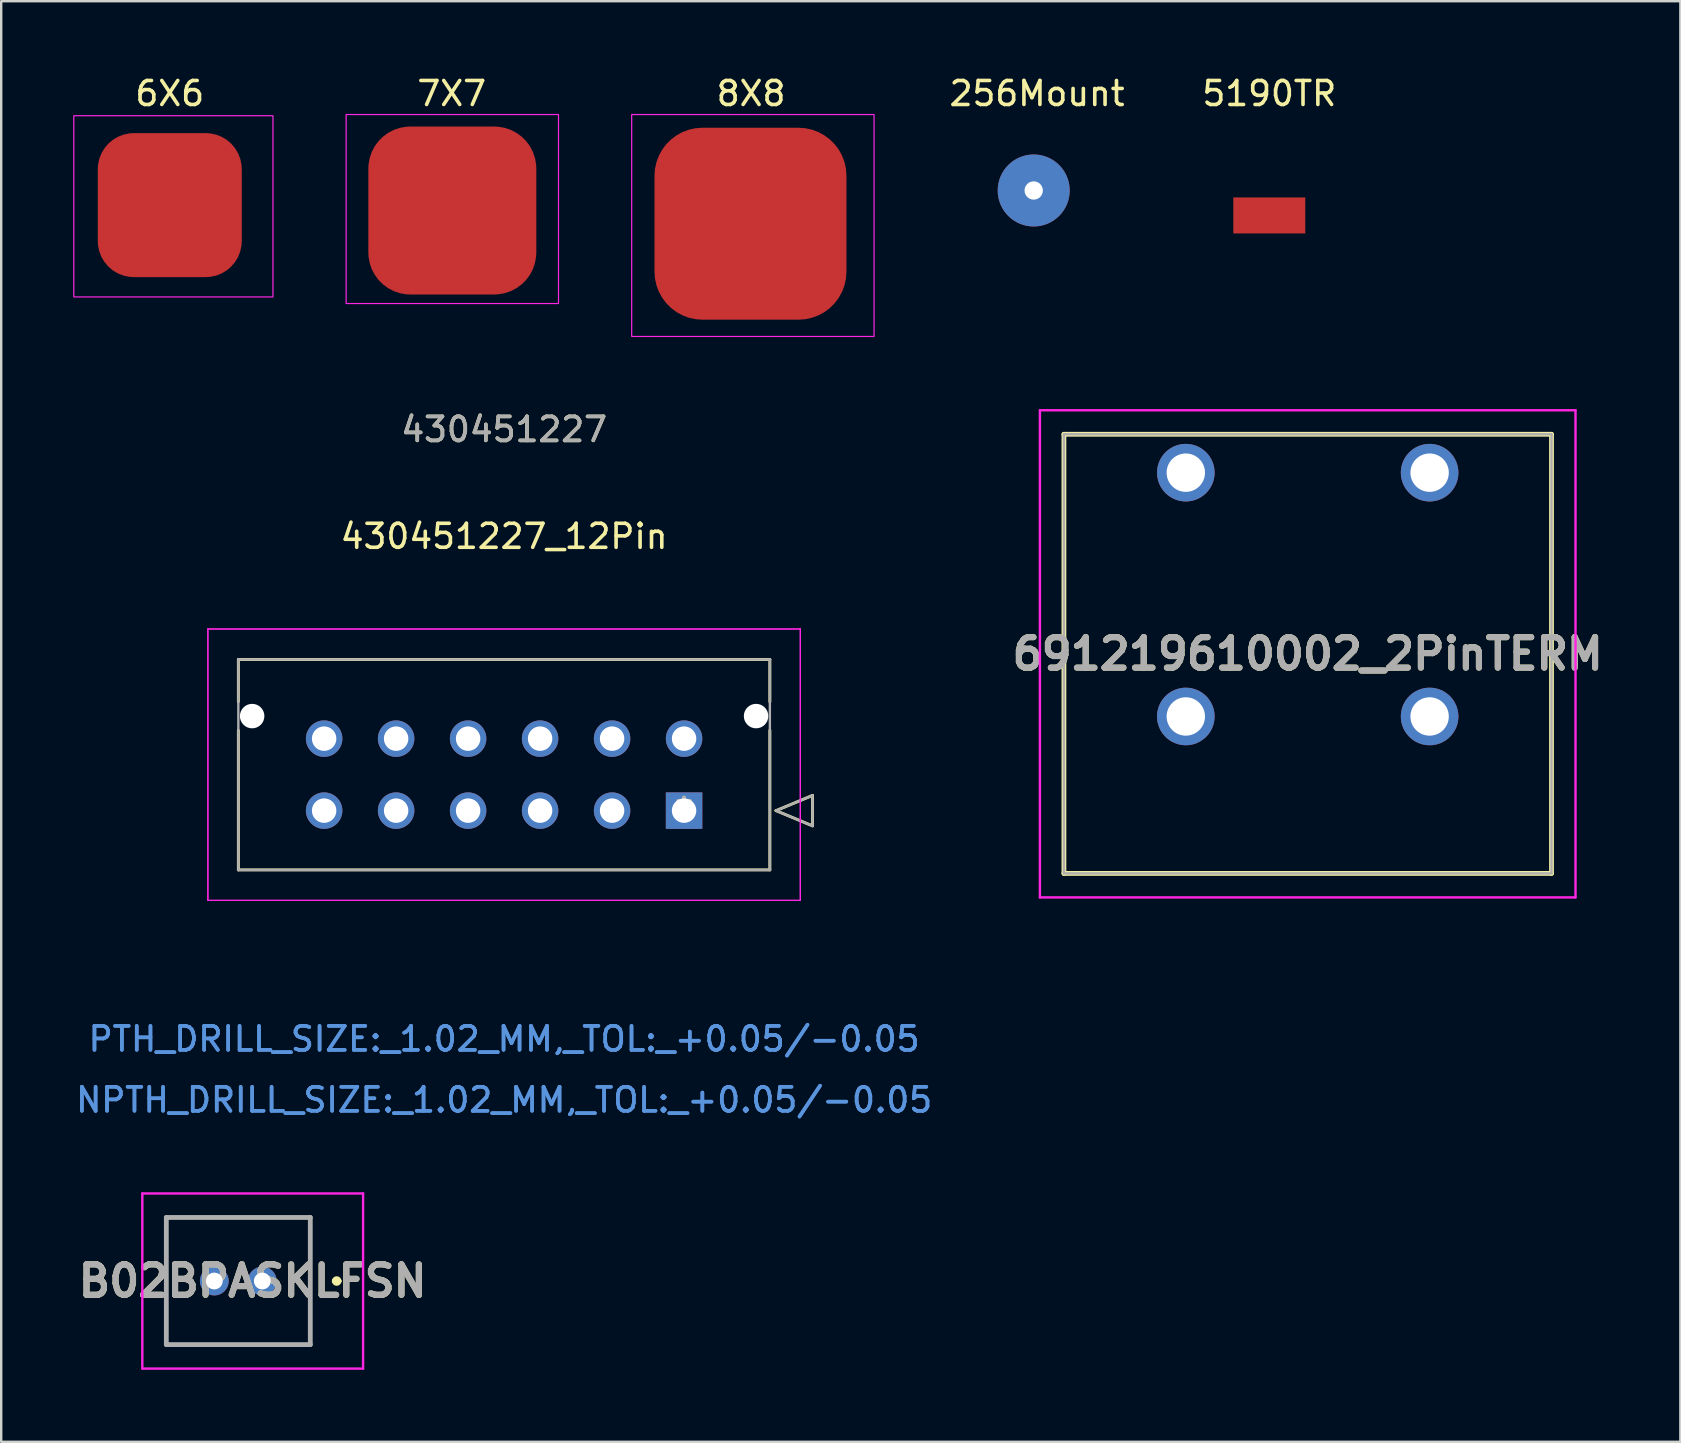
<source format=kicad_pcb>
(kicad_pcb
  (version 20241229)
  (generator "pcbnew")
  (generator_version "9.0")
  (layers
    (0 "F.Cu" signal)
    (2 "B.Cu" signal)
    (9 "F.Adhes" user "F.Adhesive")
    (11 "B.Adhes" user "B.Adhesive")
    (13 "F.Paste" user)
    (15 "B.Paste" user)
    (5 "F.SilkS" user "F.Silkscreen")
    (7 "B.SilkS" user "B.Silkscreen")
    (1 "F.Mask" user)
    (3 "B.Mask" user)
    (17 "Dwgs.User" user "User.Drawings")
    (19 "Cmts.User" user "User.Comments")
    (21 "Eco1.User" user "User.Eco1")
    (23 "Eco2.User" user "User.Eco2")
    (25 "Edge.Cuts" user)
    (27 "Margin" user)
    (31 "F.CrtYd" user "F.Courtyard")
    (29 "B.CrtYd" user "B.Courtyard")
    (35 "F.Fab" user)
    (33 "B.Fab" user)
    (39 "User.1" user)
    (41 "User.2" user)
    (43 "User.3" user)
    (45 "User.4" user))
  (footprint "256Mount"
    (layer "F.Cu")
    (at 40.028 4.888)
    (property "Reference" "256Mount" (at 0.14 -4.04 0) (layer "F.SilkS") (effects (font (size 1 1) (thickness 0.15))))
    (attr through_hole)
    (pad "" np_thru_hole circle (at 0 0) (size 3 3) (drill 0.762) (layers "*.Cu" "*.Mask")))
  (footprint "691219610002_2PinTERM"
    (layer "F.Cu")
    (at 46.367 26.808)
    (property "Reference" "691219610002_2PinTERM" (at 5.08 -2.61 0) (layer "F.SilkS") (effects (font (size 1.27 1.27) (thickness 0.254))))
    (attr through_hole)
    (fp_line (start -5.08 -11.76) (end -5.08 6.54) (stroke (width 0.2) (type solid)) (layer "F.SilkS"))
    (fp_line (start -5.08 6.54) (end 15.24 6.54) (stroke (width 0.2) (type solid)) (layer "F.SilkS"))
    (fp_line (start 15.24 -11.76) (end -5.08 -11.76) (stroke (width 0.2) (type solid)) (layer "F.SilkS"))
    (fp_line (start 15.24 6.54) (end 15.24 -11.76) (stroke (width 0.2) (type solid)) (layer "F.SilkS"))
    (fp_line (start -6.08 -12.76) (end 16.24 -12.76) (stroke (width 0.1) (type solid)) (layer "F.CrtYd"))
    (fp_line (start -6.08 7.54) (end -6.08 -12.76) (stroke (width 0.1) (type solid)) (layer "F.CrtYd"))
    (fp_line (start 16.24 -12.76) (end 16.24 7.54) (stroke (width 0.1) (type solid)) (layer "F.CrtYd"))
    (fp_line (start 16.24 7.54) (end -6.08 7.54) (stroke (width 0.1) (type solid)) (layer "F.CrtYd"))
    (fp_line (start -5.08 -11.76) (end -5.08 6.54) (stroke (width 0.1) (type solid)) (layer "F.Fab"))
    (fp_line (start -5.08 6.54) (end 15.24 6.54) (stroke (width 0.1) (type solid)) (layer "F.Fab"))
    (fp_line (start 15.24 -11.76) (end -5.08 -11.76) (stroke (width 0.1) (type solid)) (layer "F.Fab"))
    (fp_line (start 15.24 6.54) (end 15.24 -11.76) (stroke (width 0.1) (type solid)) (layer "F.Fab"))
    (fp_text user "${REFERENCE}" (at 5.08 -2.61 0) (layer "F.Fab") (effects (font (size 1.27 1.27) (thickness 0.254))))
    (pad "A1" thru_hole circle (at 0 0) (size 2.4 2.4) (drill 1.6) (layers "*.Cu" "*.Mask"))
    (pad "A2" thru_hole circle (at 10.16 0) (size 2.4 2.4) (drill 1.6) (layers "*.Cu" "*.Mask"))
    (pad "B1" thru_hole circle (at 0 -10.16) (size 2.4 2.4) (drill 1.6) (layers "*.Cu" "*.Mask"))
    (pad "B2" thru_hole circle (at 10.16 -10.16) (size 2.4 2.4) (drill 1.6) (layers "*.Cu" "*.Mask")))
  (footprint "430451227_12Pin"
    (layer "F.Cu")
    (at 25.458 30.732)
    (property "Reference" "430451227_12Pin" (at -7.5 -11.43 0) (layer "F.SilkS") (effects (font (size 1 1) (thickness 0.15))))
    (attr through_hole)
    (fp_line (start -18.575 -6.3) (end -18.575 -4.535) (stroke (width 0.12) (type solid)) (layer "F.SilkS"))
    (fp_line (start -18.575 -3.345) (end -18.575 2.47) (stroke (width 0.12) (type solid)) (layer "F.SilkS"))
    (fp_line (start -18.575 2.47) (end 3.575 2.47) (stroke (width 0.12) (type solid)) (layer "F.SilkS"))
    (fp_line (start 3.575 -6.3) (end -18.575 -6.3) (stroke (width 0.12) (type solid)) (layer "F.SilkS"))
    (fp_line (start 3.575 -4.535) (end 3.575 -6.3) (stroke (width 0.12) (type solid)) (layer "F.SilkS"))
    (fp_line (start 3.575 2.47) (end 3.575 -3.345) (stroke (width 0.12) (type solid)) (layer "F.SilkS"))
    (fp_line (start 3.829 0) (end 5.353 -0.635) (stroke (width 0.12) (type solid)) (layer "F.SilkS"))
    (fp_line (start 5.353 -0.635) (end 5.353 0.635) (stroke (width 0.12) (type solid)) (layer "F.SilkS"))
    (fp_line (start 5.353 0.635) (end 3.829 0) (stroke (width 0.12) (type solid)) (layer "F.SilkS"))
    (fp_line (start -19.845 -7.57) (end -19.845 3.74) (stroke (width 0.05) (type solid)) (layer "F.CrtYd"))
    (fp_line (start -19.845 -7.57) (end -19.845 3.74) (stroke (width 0.05) (type solid)) (layer "F.CrtYd"))
    (fp_line (start -19.845 3.74) (end 4.845 3.74) (stroke (width 0.05) (type solid)) (layer "F.CrtYd"))
    (fp_line (start -19.845 3.74) (end 4.845 3.74) (stroke (width 0.05) (type solid)) (layer "F.CrtYd"))
    (fp_line (start 4.845 -7.57) (end -19.845 -7.57) (stroke (width 0.05) (type solid)) (layer "F.CrtYd"))
    (fp_line (start 4.845 -7.57) (end -19.845 -7.57) (stroke (width 0.05) (type solid)) (layer "F.CrtYd"))
    (fp_line (start 4.845 3.74) (end 4.845 -7.57) (stroke (width 0.05) (type solid)) (layer "F.CrtYd"))
    (fp_line (start 4.845 3.74) (end 4.845 -7.57) (stroke (width 0.05) (type solid)) (layer "F.CrtYd"))
    (fp_line (start -18.575 -6.3) (end -18.575 2.47) (stroke (width 0.1) (type solid)) (layer "F.Fab"))
    (fp_line (start -18.575 2.47) (end 3.575 2.47) (stroke (width 0.1) (type solid)) (layer "F.Fab"))
    (fp_line (start 3.575 -6.3) (end -18.575 -6.3) (stroke (width 0.1) (type solid)) (layer "F.Fab"))
    (fp_line (start 3.575 2.47) (end 3.575 -6.3) (stroke (width 0.1) (type solid)) (layer "F.Fab"))
    (fp_line (start 3.829 0) (end 5.353 -0.635) (stroke (width 0.1) (type solid)) (layer "F.Fab"))
    (fp_line (start 5.353 -0.635) (end 5.353 0.635) (stroke (width 0.1) (type solid)) (layer "F.Fab"))
    (fp_line (start 5.353 0.635) (end 3.829 0) (stroke (width 0.1) (type solid)) (layer "F.Fab"))
    (fp_text user "*" (at 0 0 0) (layer "F.SilkS") (effects (font (size 1 1) (thickness 0.15))))
    (fp_text user "430451227" (at -7.5 -15.885 0) (layer "F.SilkS") (effects (font (size 1 1) (thickness 0.15))))
    (fp_text user "PTH_DRILL_SIZE:_1.02_MM,_TOL:_+0.05/-0.05" (at -7.5 9.515 0) (layer "Cmts.User") (effects (font (size 1 1) (thickness 0.15))))
    (fp_text user "PTH_DRILL_SIZE:_1.02_MM,_TOL:_+0.05/-0.05" (at -7.5 9.515 0) (layer "Cmts.User") (effects (font (size 1 1) (thickness 0.15))))
    (fp_text user "Copyright 2021 Accelerated Designs. All rights reserved." (at 0 0 0) (layer "Cmts.User") (effects (font (size 0.127 0.127) (thickness 0.002))))
    (fp_text user "NPTH_DRILL_SIZE:_1.02_MM,_TOL:_+0.05/-0.05" (at -7.5 12.055 0) (layer "Cmts.User") (effects (font (size 1 1) (thickness 0.15))))
    (fp_text user "NPTH_DRILL_SIZE:_1.02_MM,_TOL:_+0.05/-0.05" (at -7.5 12.055 0) (layer "Cmts.User") (effects (font (size 1 1) (thickness 0.15))))
    (fp_text user "430451227" (at -7.5 -15.885 0) (layer "F.Fab") (effects (font (size 1 1) (thickness 0.15))))
    (fp_text user "*" (at 0 0 0) (layer "F.Fab") (effects (font (size 1 1) (thickness 0.15))))
    (pad "" np_thru_hole circle (at -18 -3.94) (size 1.02 1.02) (drill 1.02) (layers "*.Cu" "*.Mask"))
    (pad "" np_thru_hole circle (at 3 -3.94) (size 1.02 1.02) (drill 1.02) (layers "*.Cu" "*.Mask"))
    (pad "1" thru_hole rect (at 0 0) (size 1.52 1.52) (drill 1.02) (layers "*.Cu" "*.Mask"))
    (pad "2" thru_hole circle (at -3 0) (size 1.52 1.52) (drill 1.02) (layers "*.Cu" "*.Mask"))
    (pad "3" thru_hole circle (at -6 0) (size 1.52 1.52) (drill 1.02) (layers "*.Cu" "*.Mask"))
    (pad "4" thru_hole circle (at -9 0) (size 1.52 1.52) (drill 1.02) (layers "*.Cu" "*.Mask"))
    (pad "5" thru_hole circle (at -12 0) (size 1.52 1.52) (drill 1.02) (layers "*.Cu" "*.Mask"))
    (pad "6" thru_hole circle (at -15 0) (size 1.52 1.52) (drill 1.02) (layers "*.Cu" "*.Mask"))
    (pad "7" thru_hole circle (at 0 -3) (size 1.52 1.52) (drill 1.02) (layers "*.Cu" "*.Mask"))
    (pad "8" thru_hole circle (at -3 -3) (size 1.52 1.52) (drill 1.02) (layers "*.Cu" "*.Mask"))
    (pad "9" thru_hole circle (at -6 -3) (size 1.52 1.52) (drill 1.02) (layers "*.Cu" "*.Mask"))
    (pad "10" thru_hole circle (at -9 -3) (size 1.52 1.52) (drill 1.02) (layers "*.Cu" "*.Mask"))
    (pad "11" thru_hole circle (at -12 -3) (size 1.52 1.52) (drill 1.02) (layers "*.Cu" "*.Mask"))
    (pad "12" thru_hole circle (at -15 -3) (size 1.52 1.52) (drill 1.02) (layers "*.Cu" "*.Mask")))
  (footprint "5190TR"
    (layer "F.Cu")
    (at 49.846 5.928)
    (property "Reference" "5190TR" (at 0 -5.08 0) (unlocked yes) (layer "F.SilkS") (effects (font (size 1 1) (thickness 0.15))))
    (attr smd)
    (pad "1" smd rect (at 0 0) (size 3 1.5) (layers "F.Cu" "F.Mask" "F.Paste")))
  (footprint "B02BPASKLFSN"
    (layer "F.Cu")
    (at 7.881 50.335)
    (property "Reference" "B02BPASKLFSN" (at -0.4 0 0) (layer "F.SilkS") (effects (font (size 1.27 1.27) (thickness 0.254))))
    (attr through_hole)
    (fp_line (start -4 -2.65) (end 2 -2.65) (stroke (width 0.1) (type solid)) (layer "F.SilkS"))
    (fp_line (start -4 2.65) (end -4 -2.65) (stroke (width 0.1) (type solid)) (layer "F.SilkS"))
    (fp_line (start 2 -2.65) (end 2 2.65) (stroke (width 0.1) (type solid)) (layer "F.SilkS"))
    (fp_line (start 2 2.65) (end -4 2.65) (stroke (width 0.1) (type solid)) (layer "F.SilkS"))
    (fp_line (start 3 0) (end 3 0) (stroke (width 0.2) (type solid)) (layer "F.SilkS"))
    (fp_line (start 3.2 0) (end 3.2 0) (stroke (width 0.2) (type solid)) (layer "F.SilkS"))
    (fp_arc (start 3 0) (mid 3.1 -0.1) (end 3.2 0) (stroke (width 0.2) (type solid)) (layer "F.SilkS"))
    (fp_arc (start 3.2 0) (mid 3.1 0.1) (end 3 0) (stroke (width 0.2) (type solid)) (layer "F.SilkS"))
    (fp_line (start -5 -3.65) (end 4.2 -3.65) (stroke (width 0.1) (type solid)) (layer "F.CrtYd"))
    (fp_line (start -5 3.65) (end -5 -3.65) (stroke (width 0.1) (type solid)) (layer "F.CrtYd"))
    (fp_line (start 4.2 -3.65) (end 4.2 3.65) (stroke (width 0.1) (type solid)) (layer "F.CrtYd"))
    (fp_line (start 4.2 3.65) (end -5 3.65) (stroke (width 0.1) (type solid)) (layer "F.CrtYd"))
    (fp_line (start -4 -2.65) (end 2 -2.65) (stroke (width 0.2) (type solid)) (layer "F.Fab"))
    (fp_line (start -4 2.65) (end -4 -2.65) (stroke (width 0.2) (type solid)) (layer "F.Fab"))
    (fp_line (start 2 -2.65) (end 2 2.65) (stroke (width 0.2) (type solid)) (layer "F.Fab"))
    (fp_line (start 2 2.65) (end -4 2.65) (stroke (width 0.2) (type solid)) (layer "F.Fab"))
    (fp_text user "${REFERENCE}" (at -0.4 0 0) (layer "F.Fab") (effects (font (size 1.27 1.27) (thickness 0.254))))
    (pad "1" thru_hole circle (at 0 0) (size 1.2 1.2) (drill 0.7) (layers "*.Cu" "*.Mask"))
    (pad "2" thru_hole circle (at -2 0) (size 1.2 1.2) (drill 0.7) (layers "*.Cu" "*.Mask")))
  (footprint "8X8"
    (layer "F.Cu")
    (at 28.225 6.273)
    (property "Reference" "8X8" (at 0.025 -5.425 0) (unlocked yes) (layer "F.SilkS") (effects (font (size 1 1) (thickness 0.15))))
    (attr smd)
    (fp_rect (start 5.15 4.7) (end -4.95 -4.55) (stroke (width 0.05) (type solid)) (fill no) (layer "F.CrtYd"))
    (pad "1" smd roundrect (at 0 0) (size 8 8) (layers "F.Cu" "F.Mask" "F.Paste") (roundrect_rratio 0.25)))
  (footprint "7X7"
    (layer "F.Cu")
    (at 15.8 5.723)
    (property "Reference" "7X7" (at -0.025 -4.875 0) (unlocked yes) (layer "F.SilkS") (effects (font (size 1 1) (thickness 0.15))))
    (attr smd)
    (fp_rect (start 4.425 3.875) (end -4.425 -4) (stroke (width 0.05) (type solid)) (fill no) (layer "F.CrtYd"))
    (pad "1" smd roundrect (at 0 0) (size 7 7) (layers "F.Cu" "F.Mask" "F.Paste") (roundrect_rratio 0.25)))
  (footprint "6X6"
    (layer "F.Cu")
    (at 4.05 5.498)
    (property "Reference" "6X6" (at -0.025 -4.65 0) (unlocked yes) (layer "F.SilkS") (effects (font (size 1 1) (thickness 0.15))))
    (attr smd)
    (fp_rect (start 4.275 3.825) (end -4.025 -3.725) (stroke (width 0.05) (type solid)) (fill no) (layer "F.CrtYd"))
    (pad "1" smd roundrect (at -0.025 0) (size 6 6) (layers "F.Cu" "F.Mask" "F.Paste") (roundrect_rratio 0.25)))
  (gr_rect
    (start -3 -3)
    (end 66.978 57.035)
    (stroke (width 0.1) (type default))
    (fill no)
    (layer "Edge.Cuts")))
</source>
